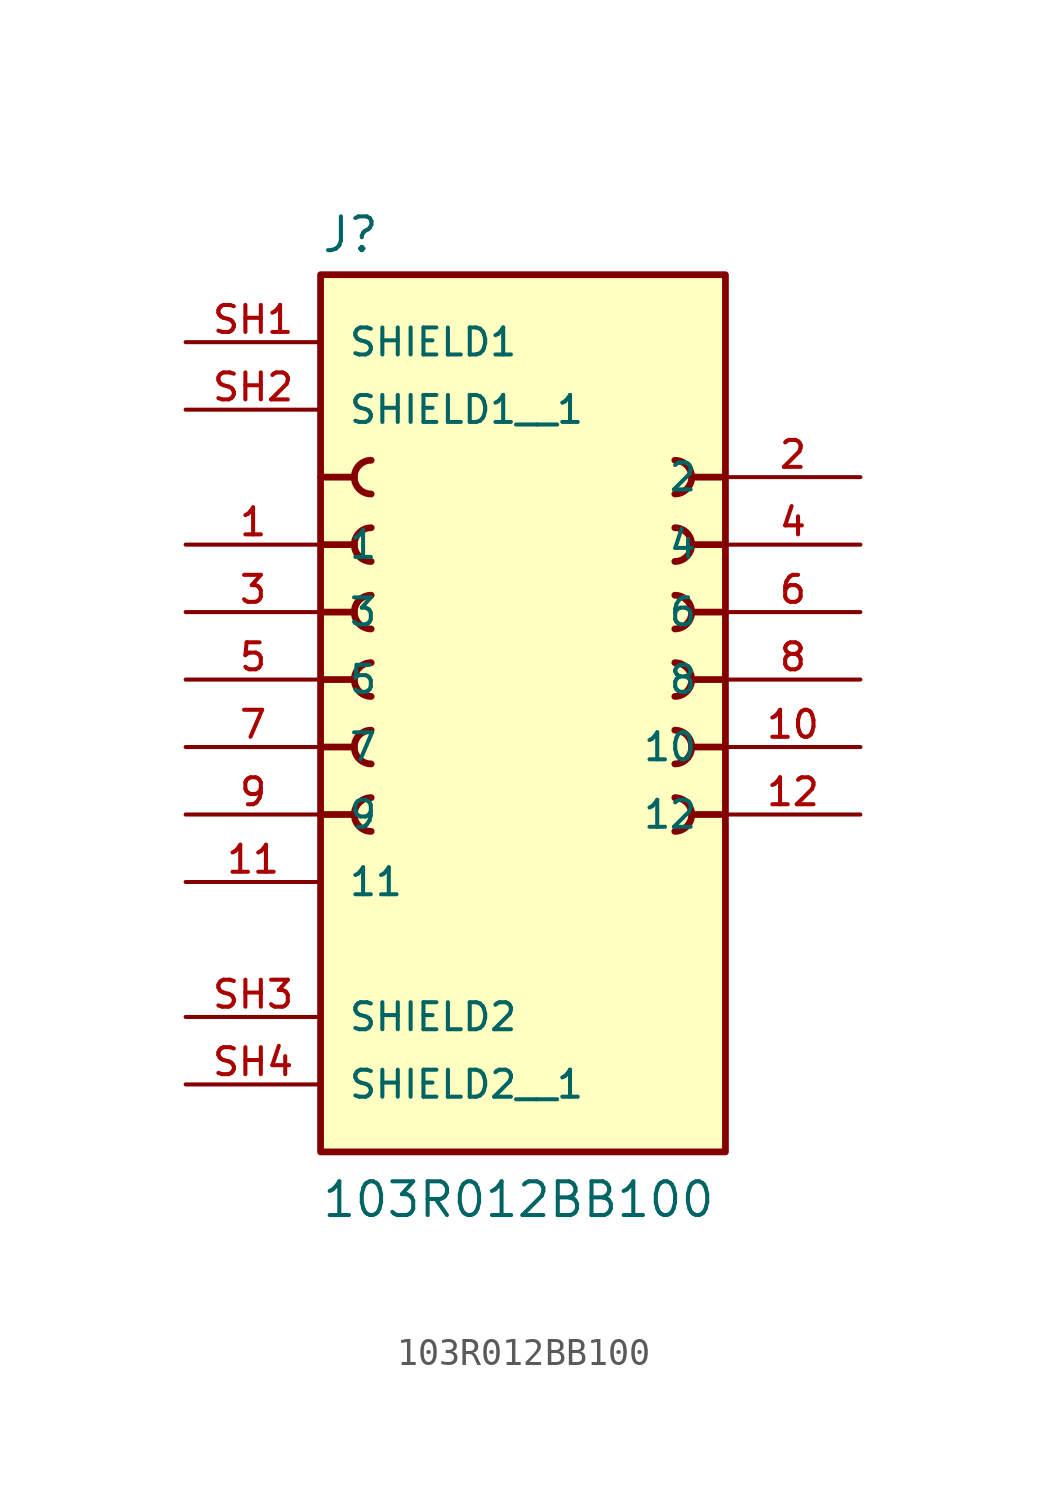
<source format=kicad_sym>
(kicad_symbol_lib
  (version 20211014)
  (generator kicad_symbol_editor)
  (symbol "103R012BB100"
    (pin_names
      (offset 1.016))
    (property "Reference" "J"
      (at -7.62 13.462 0)
      (effects (font (size 1.27 1.27)) (justify bottom left)))
    (property "Value" "103R012BB100"
      (at -7.62 -22.86 0)
      (effects (font (size 1.27 1.27)) (justify bottom left)))
    (symbol "103R012BB100_0_0"
      (polyline (pts (xy 7.62 5.08) (xy 6.35 5.08)) (stroke (width 0.254)))
      (arc (start 5.715 4.445) (mid 6.35 5.08) (end 5.715 5.715) (stroke (width 0.254) (type default) (color 0 0 0 0)) (fill (type none)))
      (polyline (pts (xy 7.62 2.54) (xy 6.35 2.54)) (stroke (width 0.254)))
      (arc (start 5.715 1.905) (mid 6.35 2.54) (end 5.715 3.175) (stroke (width 0.254) (type default) (color 0 0 0 0)) (fill (type none)))
      (polyline (pts (xy 7.62 0.0) (xy 6.35 0.0)) (stroke (width 0.254)))
      (arc (start 5.715 -0.635) (mid 6.35 0.0) (end 5.715 0.635) (stroke (width 0.254) (type default) (color 0 0 0 0)) (fill (type none)))
      (polyline (pts (xy 7.62 -2.54) (xy 6.35 -2.54)) (stroke (width 0.254)))
      (arc (start 5.715 -3.175) (mid 6.35 -2.54) (end 5.715 -1.905) (stroke (width 0.254) (type default) (color 0 0 0 0)) (fill (type none)))
      (polyline (pts (xy 7.62 -5.08) (xy 6.35 -5.08)) (stroke (width 0.254)))
      (arc (start 5.715 -5.715) (mid 6.35 -5.08) (end 5.715 -4.445) (stroke (width 0.254) (type default) (color 0 0 0 0)) (fill (type none)))
      (polyline (pts (xy 7.62 -7.62) (xy 6.35 -7.62)) (stroke (width 0.254)))
      (arc (start 5.715 -8.255) (mid 6.35 -7.62) (end 5.715 -6.985) (stroke (width 0.254) (type default) (color 0 0 0 0)) (fill (type none)))
      (polyline (pts (xy -7.62 -7.62) (xy -6.35 -7.62)) (stroke (width 0.254)))
      (arc (start -5.715 -6.985) (mid -6.35 -7.62) (end -5.715 -8.255) (stroke (width 0.254) (type default) (color 0 0 0 0)) (fill (type none)))
      (polyline (pts (xy -7.62 -5.08) (xy -6.35 -5.08)) (stroke (width 0.254)))
      (arc (start -5.715 -4.445) (mid -6.35 -5.08) (end -5.715 -5.715) (stroke (width 0.254) (type default) (color 0 0 0 0)) (fill (type none)))
      (polyline (pts (xy -7.62 -2.54) (xy -6.35 -2.54)) (stroke (width 0.254)))
      (arc (start -5.715 -1.905) (mid -6.35 -2.54) (end -5.715 -3.175) (stroke (width 0.254) (type default) (color 0 0 0 0)) (fill (type none)))
      (polyline (pts (xy -7.62 0.0) (xy -6.35 0.0)) (stroke (width 0.254)))
      (arc (start -5.715 0.635) (mid -6.35 -0.0) (end -5.715 -0.635) (stroke (width 0.254) (type default) (color 0 0 0 0)) (fill (type none)))
      (polyline (pts (xy -7.62 2.54) (xy -6.35 2.54)) (stroke (width 0.254)))
      (arc (start -5.715 3.175) (mid -6.35 2.54) (end -5.715 1.905) (stroke (width 0.254) (type default) (color 0 0 0 0)) (fill (type none)))
      (polyline (pts (xy -7.62 5.08) (xy -6.35 5.08)) (stroke (width 0.254)))
      (arc (start -5.715 5.715) (mid -6.35 5.08) (end -5.715 4.445) (stroke (width 0.254) (type default) (color 0 0 0 0)) (fill (type none)))
      (rectangle (start -7.62 -20.32) (end 7.62 12.7) (stroke (width 0.254)) (fill (type background)))
      (pin passive line (at -12.7 2.54 0) (length 5.08) (name "1" (effects (font (size 1.016 1.016)))) (number "1" (effects (font (size 1.016 1.016)))))
      (pin passive line (at 12.7 5.08 180.0) (length 5.08) (name "2" (effects (font (size 1.016 1.016)))) (number "2" (effects (font (size 1.016 1.016)))))
      (pin passive line (at -12.7 0.0 0) (length 5.08) (name "3" (effects (font (size 1.016 1.016)))) (number "3" (effects (font (size 1.016 1.016)))))
      (pin passive line (at 12.7 2.54 180.0) (length 5.08) (name "4" (effects (font (size 1.016 1.016)))) (number "4" (effects (font (size 1.016 1.016)))))
      (pin passive line (at -12.7 -2.54 0) (length 5.08) (name "5" (effects (font (size 1.016 1.016)))) (number "5" (effects (font (size 1.016 1.016)))))
      (pin passive line (at 12.7 0.0 180.0) (length 5.08) (name "6" (effects (font (size 1.016 1.016)))) (number "6" (effects (font (size 1.016 1.016)))))
      (pin passive line (at -12.7 -5.08 0) (length 5.08) (name "7" (effects (font (size 1.016 1.016)))) (number "7" (effects (font (size 1.016 1.016)))))
      (pin passive line (at 12.7 -2.54 180.0) (length 5.08) (name "8" (effects (font (size 1.016 1.016)))) (number "8" (effects (font (size 1.016 1.016)))))
      (pin passive line (at -12.7 -7.62 0) (length 5.08) (name "9" (effects (font (size 1.016 1.016)))) (number "9" (effects (font (size 1.016 1.016)))))
      (pin passive line (at 12.7 -5.08 180.0) (length 5.08) (name "10" (effects (font (size 1.016 1.016)))) (number "10" (effects (font (size 1.016 1.016)))))
      (pin passive line (at -12.7 -10.16 0) (length 5.08) (name "11" (effects (font (size 1.016 1.016)))) (number "11" (effects (font (size 1.016 1.016)))))
      (pin passive line (at 12.7 -7.62 180.0) (length 5.08) (name "12" (effects (font (size 1.016 1.016)))) (number "12" (effects (font (size 1.016 1.016)))))
      (pin power_in line (at -12.7 10.16 0) (length 5.08) (name "SHIELD1" (effects (font (size 1.016 1.016)))) (number "SH1" (effects (font (size 1.016 1.016)))))
      (pin power_in line (at -12.7 -15.24 0) (length 5.08) (name "SHIELD2" (effects (font (size 1.016 1.016)))) (number "SH3" (effects (font (size 1.016 1.016)))))
      (pin power_in line (at -12.7 7.62 0) (length 5.08) (name "SHIELD1__1" (effects (font (size 1.016 1.016)))) (number "SH2" (effects (font (size 1.016 1.016)))))
      (pin power_in line (at -12.7 -17.78 0) (length 5.08) (name "SHIELD2__1" (effects (font (size 1.016 1.016)))) (number "SH4" (effects (font (size 1.016 1.016))))))))
</source>
